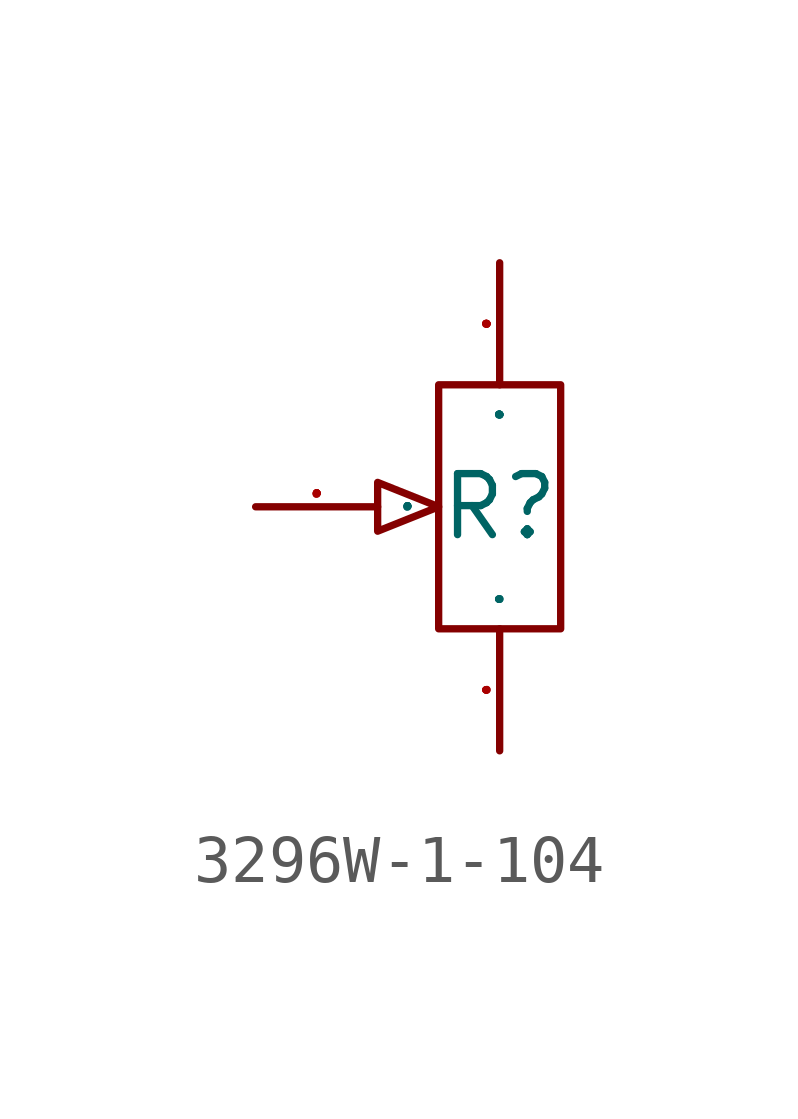
<source format=kicad_sym>
(kicad_symbol_lib
  (version 20241209)
  (generator "kicad_symbol_editor")
  (generator_version "9.0")
  (symbol "3296W-1-104"
    (property "Reference" "R"
      (at 0 0 0)
      (effects (font (size 1.27 1.27))))
    (symbol "3296W-1-104_1_0"
      (polyline (pts (xy -1.27 0) (xy -2.54 -0.508) (xy -2.54 -0.508) (xy -2.54 0.508) (xy -2.54 0.508) (xy -1.27 0)) (stroke (width 0) (type default)) (fill (type none)))
      (polyline (pts (xy -1.27 -2.54) (xy -1.27 2.54) (xy -1.27 2.54) (xy 1.27 2.54) (xy 1.27 2.54) (xy 1.27 -2.54) (xy 1.27 -2.54) (xy -1.27 -2.54)) (stroke (width 0) (type default)) (fill (type none)))
      (pin input line (at -5.08 0 0) (length 2.54) (name "2" (effects (font (size 0.025 0.025)))) (number "2" (effects (font (size 0.025 0.025)))))
      (pin input line (at 0 5.08 270) (length 2.54) (name "3" (effects (font (size 0.025 0.025)))) (number "3" (effects (font (size 0.025 0.025)))))
      (pin input line (at 0 -5.08 90) (length 2.54) (name "1" (effects (font (size 0.025 0.025)))) (number "1" (effects (font (size 0.025 0.025))))))))
</source>
